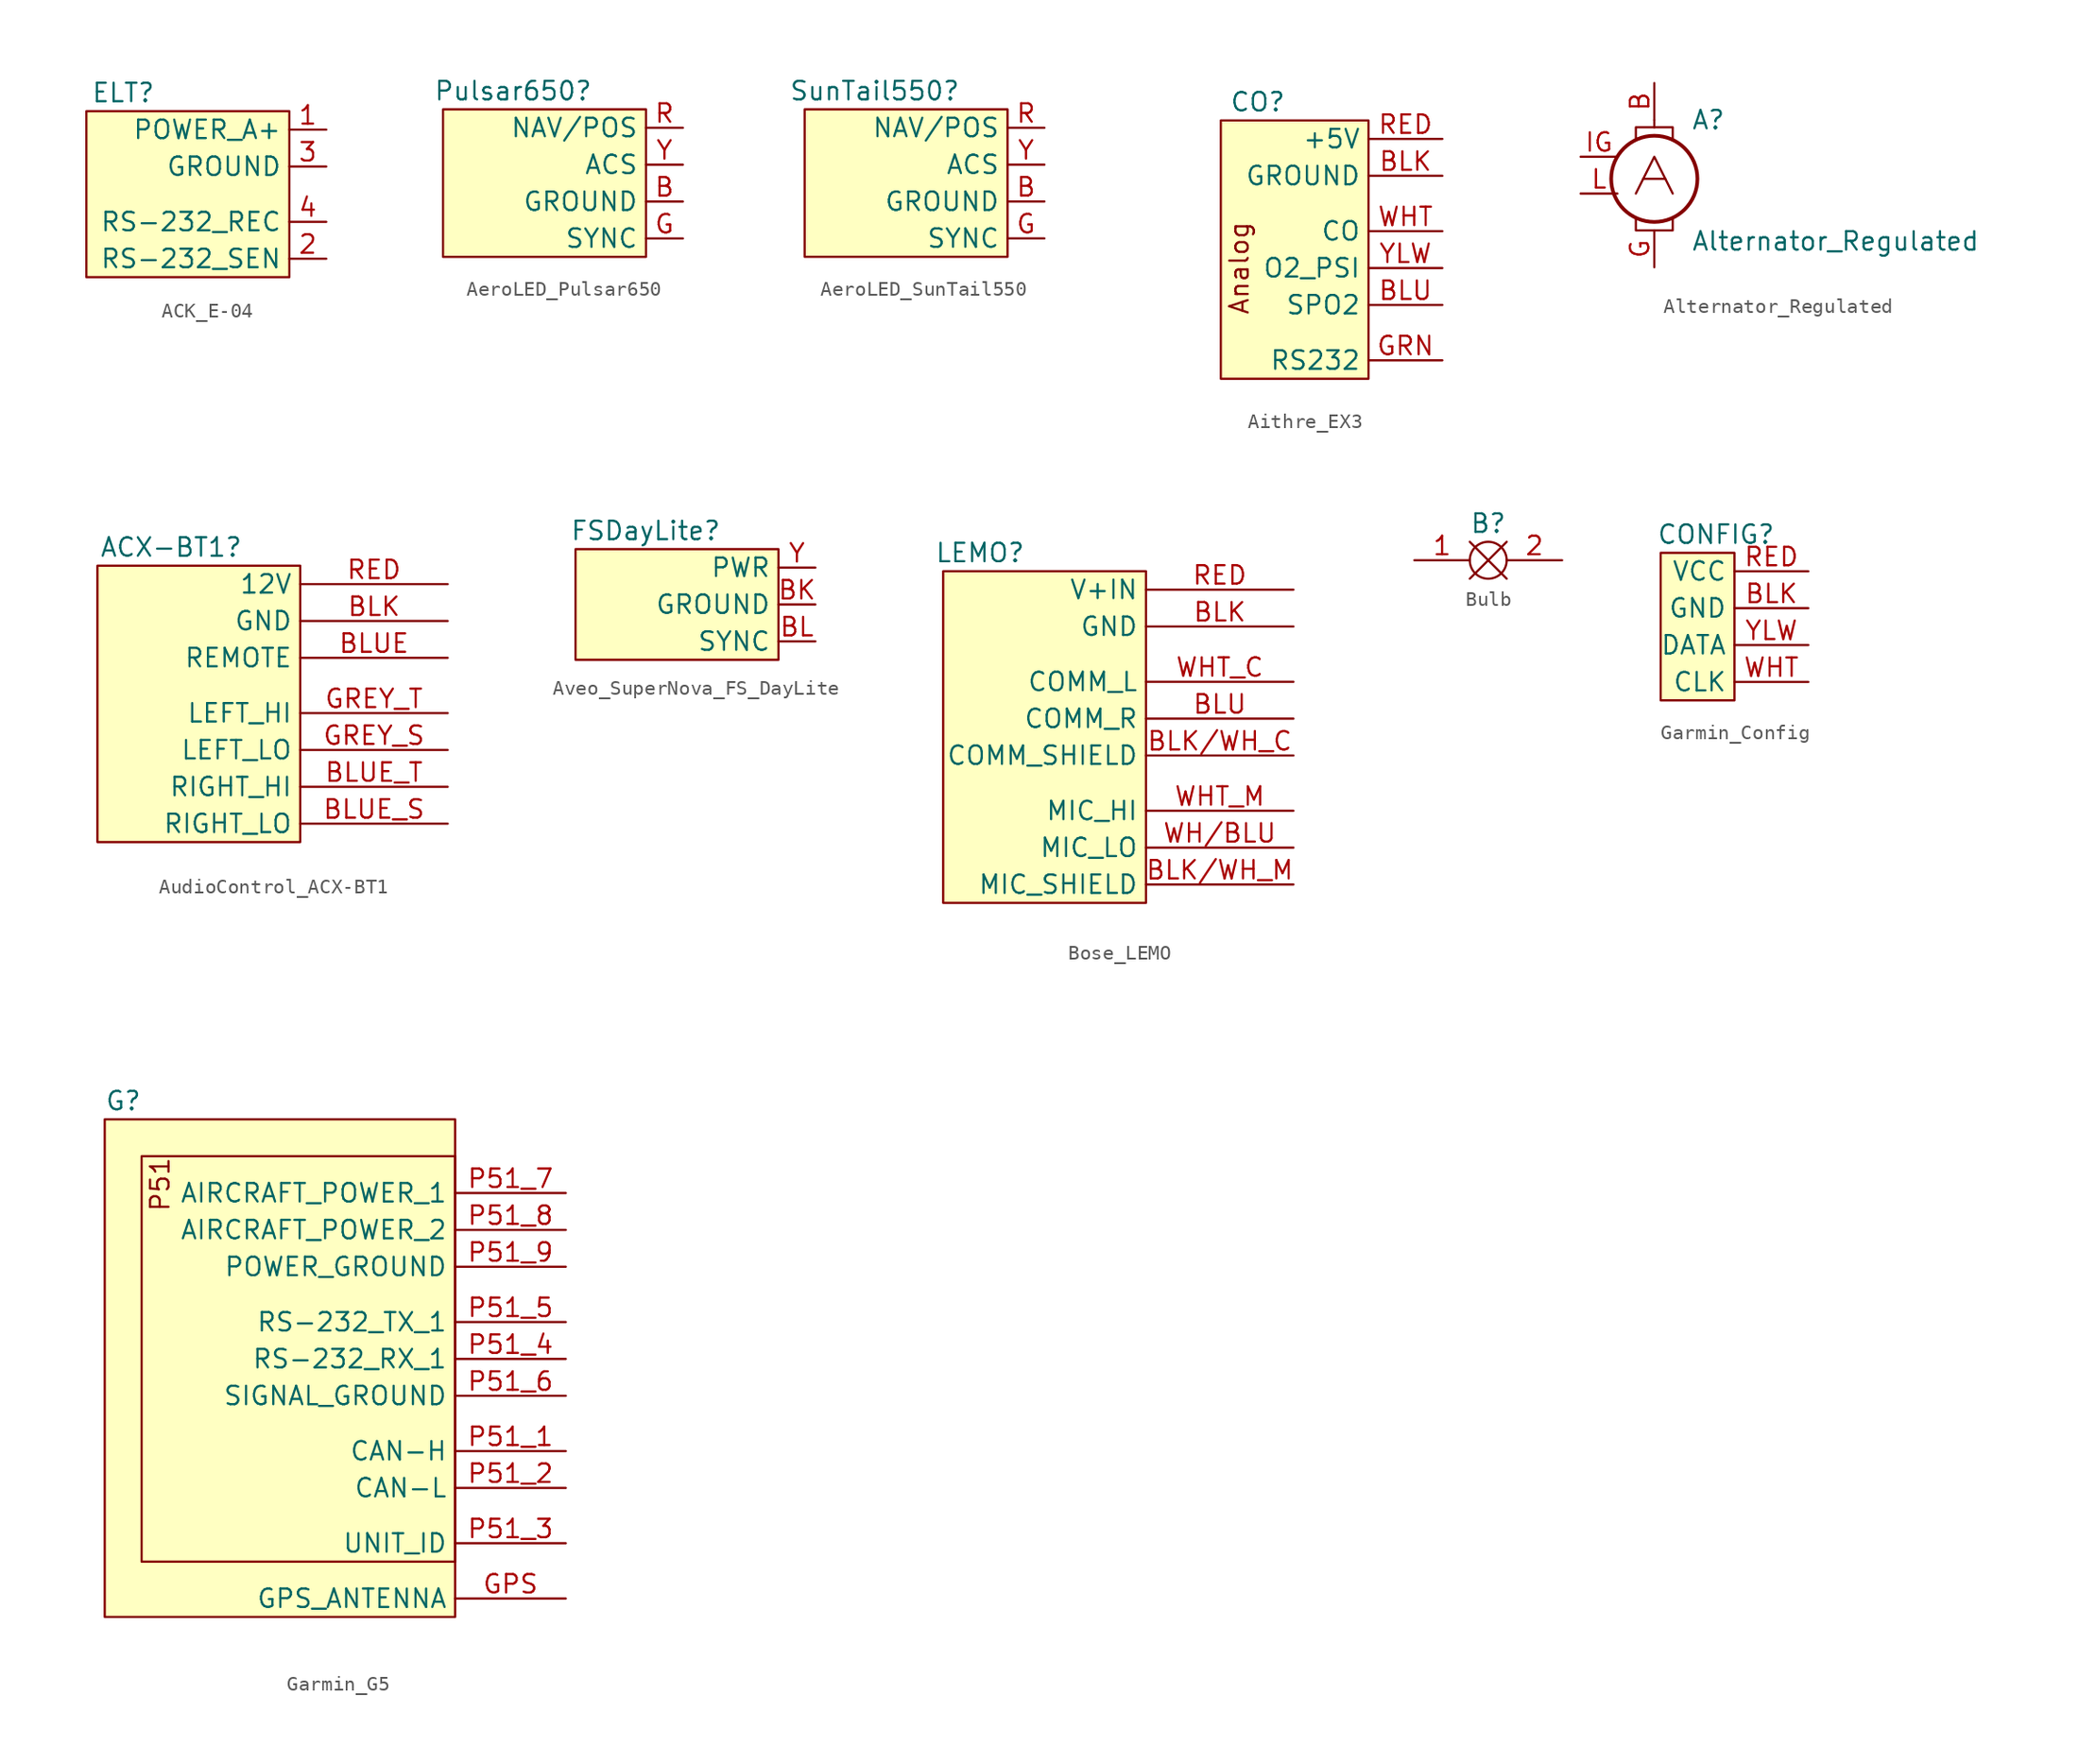
<source format=kicad_sym>
(kicad_symbol_lib
  (version 20241209)
  (generator "kicad_symbol_editor")
  (generator_version "9.0")
  (symbol "ACK_E-04"
    (property "Reference" "ELT"
      (at 2.54 1.27 0)
      (effects (font (size 1.27 1.27))))
    (property "Value" ""
      (at 0 1.27 0)
      (effects (font (size 1.27 1.27))))
    (symbol "ACK_E-04_1_1"
      (rectangle (start 0 0) (end 13.97 -11.43) (stroke (width 0) (type default)) (fill (type background)))
      (pin power_in line (at 16.51 -1.27 180) (length 2.54) (name "POWER_A+" (effects (font (size 1.27 1.27)))) (number "1" (effects (font (size 1.27 1.27)))))
      (pin passive line (at 16.51 -3.81 180) (length 2.54) (name "GROUND" (effects (font (size 1.27 1.27)))) (number "3" (effects (font (size 1.27 1.27)))))
      (pin input line (at 16.51 -7.62 180) (length 2.54) (name "RS-232_REC" (effects (font (size 1.27 1.27)))) (number "4" (effects (font (size 1.27 1.27)))))
      (pin output line (at 16.51 -10.16 180) (length 2.54) (name "RS-232_SEN" (effects (font (size 1.27 1.27)))) (number "2" (effects (font (size 1.27 1.27)))))))
  (symbol "AeroLED_Pulsar650"
    (property "Reference" "Pulsar650"
      (at 4.826 1.27 0)
      (effects (font (size 1.27 1.27))))
    (property "Value" ""
      (at 0 1.27 0)
      (effects (font (size 1.27 1.27))))
    (symbol "AeroLED_Pulsar650_1_1"
      (rectangle (start 0 0) (end 13.97 -10.16) (stroke (width 0) (type default)) (fill (type background)))
      (pin power_in line (at 16.51 -1.27 180) (length 2.54) (name "NAV/POS" (effects (font (size 1.27 1.27)))) (number "R" (effects (font (size 1.27 1.27)))))
      (pin power_in line (at 16.51 -3.81 180) (length 2.54) (name "ACS" (effects (font (size 1.27 1.27)))) (number "Y" (effects (font (size 1.27 1.27)))))
      (pin passive line (at 16.51 -6.35 180) (length 2.54) (name "GROUND" (effects (font (size 1.27 1.27)))) (number "B" (effects (font (size 1.27 1.27)))))
      (pin bidirectional line (at 16.51 -8.89 180) (length 2.54) (name "SYNC" (effects (font (size 1.27 1.27)))) (number "G" (effects (font (size 1.27 1.27)))))))
  (symbol "AeroLED_SunTail550"
    (property "Reference" "SunTail550"
      (at 4.826 1.27 0)
      (effects (font (size 1.27 1.27))))
    (property "Value" ""
      (at 0 1.27 0)
      (effects (font (size 1.27 1.27))))
    (symbol "AeroLED_SunTail550_1_1"
      (rectangle (start 0 0) (end 13.97 -10.16) (stroke (width 0) (type default)) (fill (type background)))
      (pin power_in line (at 16.51 -1.27 180) (length 2.54) (name "NAV/POS" (effects (font (size 1.27 1.27)))) (number "R" (effects (font (size 1.27 1.27)))))
      (pin power_in line (at 16.51 -3.81 180) (length 2.54) (name "ACS" (effects (font (size 1.27 1.27)))) (number "Y" (effects (font (size 1.27 1.27)))))
      (pin passive line (at 16.51 -6.35 180) (length 2.54) (name "GROUND" (effects (font (size 1.27 1.27)))) (number "B" (effects (font (size 1.27 1.27)))))
      (pin bidirectional line (at 16.51 -8.89 180) (length 2.54) (name "SYNC" (effects (font (size 1.27 1.27)))) (number "G" (effects (font (size 1.27 1.27)))))))
  (symbol "Aithre_EX3"
    (property "Reference" "CO"
      (at 2.54 1.27 0)
      (effects (font (size 1.27 1.27))))
    (property "Value" ""
      (at -3.81 0 0)
      (effects (font (size 1.27 1.27))))
    (symbol "Aithre_EX3_1_1"
      (rectangle (start 0 0) (end 10.16 -17.78) (stroke (width 0) (type default)) (fill (type background)))
      (text "Analog" (at 1.27 -10.16 900) (effects (font (size 1.27 1.27))))
      (pin power_in line (at 15.24 -1.27 180) (length 5.08) (name "+5V" (effects (font (size 1.27 1.27)))) (number "RED" (effects (font (size 1.27 1.27)))))
      (pin passive line (at 15.24 -3.81 180) (length 5.08) (name "GROUND" (effects (font (size 1.27 1.27)))) (number "BLK" (effects (font (size 1.27 1.27)))))
      (pin output line (at 15.24 -7.62 180) (length 5.08) (name "CO" (effects (font (size 1.27 1.27)))) (number "WHT" (effects (font (size 1.27 1.27)))))
      (pin output line (at 15.24 -10.16 180) (length 5.08) (name "O2_PSI" (effects (font (size 1.27 1.27)))) (number "YLW" (effects (font (size 1.27 1.27)))))
      (pin output line (at 15.24 -12.7 180) (length 5.08) (name "SPO2" (effects (font (size 1.27 1.27)))) (number "BLU" (effects (font (size 1.27 1.27)))))
      (pin output line (at 15.24 -16.51 180) (length 5.08) (name "RS232" (effects (font (size 1.27 1.27)))) (number "GRN" (effects (font (size 1.27 1.27)))))))
  (symbol "Alternator_Regulated"
    (pin_names
      (offset 0))
    (property "Reference" "A"
      (at 2.54 2.54 0)
      (effects (font (size 1.27 1.27)) (justify left)))
    (property "Value" "Alternator_Regulated"
      (at 2.54 -5.08 0)
      (effects (font (size 1.27 1.27)) (justify left top)))
    (symbol "Alternator_Regulated_0_0"
      (polyline (pts (xy -1.27 1.27) (xy -1.27 2.032) (xy 1.27 2.032) (xy 1.27 1.27)) (stroke (width 0) (type default)) (fill (type none)))
      (polyline (pts (xy -1.27 -4.318) (xy -1.27 -5.08) (xy 1.27 -5.08) (xy 1.27 -4.318)) (stroke (width 0) (type default)) (fill (type none)))
      (circle (center 0 -1.524) (radius 2.972) (stroke (width 0.254) (type default)) (fill (type none))))
    (symbol "Alternator_Regulated_0_1"
      (polyline (pts (xy -1.27 -2.54) (xy 0 0) (xy 1.27 -2.54)) (stroke (width 0) (type default)) (fill (type none)))
      (polyline (pts (xy -0.762 -1.524) (xy 0.762 -1.524)) (stroke (width 0) (type default)) (fill (type none)))
      (polyline (pts (xy 0 2.032) (xy 0 2.54)) (stroke (width 0) (type default)) (fill (type none))))
    (symbol "Alternator_Regulated_1_1"
      (pin power_in line (at -5.08 0 0) (length 2.54) (name "" (effects (font (size 1.27 1.27)))) (number "IG" (effects (font (size 1.27 1.27)))))
      (pin power_out line (at -5.08 -2.54 0) (length 2.54) (name "" (effects (font (size 1.27 1.27)))) (number "L" (effects (font (size 1.27 1.27)))))
      (pin power_out line (at 0 5.08 270) (length 2.54) (name "" (effects (font (size 1.27 1.27)))) (number "B" (effects (font (size 1.27 1.27)))))
      (pin passive line (at 0 -7.62 90) (length 2.54) (name "" (effects (font (size 1.27 1.27)))) (number "G" (effects (font (size 1.27 1.27)))))))
  (symbol "AudioControl_ACX-BT1"
    (property "Reference" "ACX-BT1"
      (at 5.08 1.27 0)
      (effects (font (size 1.27 1.27))))
    (property "Value" ""
      (at 0 1.27 0)
      (effects (font (size 1.27 1.27))))
    (symbol "AudioControl_ACX-BT1_1_1"
      (rectangle (start 0 0) (end 13.97 -19.05) (stroke (width 0) (type default)) (fill (type background)))
      (pin power_in line (at 24.13 -1.27 180) (length 10.16) (name "12V" (effects (font (size 1.27 1.27)))) (number "RED" (effects (font (size 1.27 1.27)))))
      (pin passive line (at 24.13 -3.81 180) (length 10.16) (name "GND" (effects (font (size 1.27 1.27)))) (number "BLK" (effects (font (size 1.27 1.27)))))
      (pin output line (at 24.13 -6.35 180) (length 10.16) (name "REMOTE" (effects (font (size 1.27 1.27)))) (number "BLUE" (effects (font (size 1.27 1.27)))))
      (pin output line (at 24.13 -10.16 180) (length 10.16) (name "LEFT_HI" (effects (font (size 1.27 1.27)))) (number "GREY_T" (effects (font (size 1.27 1.27)))))
      (pin passive line (at 24.13 -12.7 180) (length 10.16) (name "LEFT_LO" (effects (font (size 1.27 1.27)))) (number "GREY_S" (effects (font (size 1.27 1.27)))))
      (pin output line (at 24.13 -15.24 180) (length 10.16) (name "RIGHT_HI" (effects (font (size 1.27 1.27)))) (number "BLUE_T" (effects (font (size 1.27 1.27)))))
      (pin passive line (at 24.13 -17.78 180) (length 10.16) (name "RIGHT_LO" (effects (font (size 1.27 1.27)))) (number "BLUE_S" (effects (font (size 1.27 1.27)))))))
  (symbol "Aveo_SuperNova_FS_DayLite"
    (property "Reference" "FSDayLite"
      (at 4.826 1.27 0)
      (effects (font (size 1.27 1.27))))
    (property "Value" ""
      (at 0 1.27 0)
      (effects (font (size 1.27 1.27))))
    (symbol "Aveo_SuperNova_FS_DayLite_1_1"
      (rectangle (start 0 0) (end 13.97 -7.62) (stroke (width 0) (type default)) (fill (type background)))
      (pin power_in line (at 16.51 -1.27 180) (length 2.54) (name "PWR" (effects (font (size 1.27 1.27)))) (number "Y" (effects (font (size 1.27 1.27)))))
      (pin passive line (at 16.51 -3.81 180) (length 2.54) (name "GROUND" (effects (font (size 1.27 1.27)))) (number "BK" (effects (font (size 1.27 1.27)))))
      (pin bidirectional line (at 16.51 -6.35 180) (length 2.54) (name "SYNC" (effects (font (size 1.27 1.27)))) (number "BL" (effects (font (size 1.27 1.27)))))))
  (symbol "Bose_LEMO"
    (property "Reference" "LEMO"
      (at 2.54 1.27 0)
      (effects (font (size 1.27 1.27))))
    (property "Value" ""
      (at 0 1.27 0)
      (effects (font (size 1.27 1.27))))
    (symbol "Bose_LEMO_1_1"
      (rectangle (start 0 0) (end 13.97 -22.86) (stroke (width 0) (type default)) (fill (type background)))
      (pin power_in line (at 24.13 -1.27 180) (length 10.16) (name "V+IN" (effects (font (size 1.27 1.27)))) (number "RED" (effects (font (size 1.27 1.27)))))
      (pin passive line (at 24.13 -3.81 180) (length 10.16) (name "GND" (effects (font (size 1.27 1.27)))) (number "BLK" (effects (font (size 1.27 1.27)))))
      (pin input line (at 24.13 -7.62 180) (length 10.16) (name "COMM_L" (effects (font (size 1.27 1.27)))) (number "WHT_C" (effects (font (size 1.27 1.27)))))
      (pin input line (at 24.13 -10.16 180) (length 10.16) (name "COMM_R" (effects (font (size 1.27 1.27)))) (number "BLU" (effects (font (size 1.27 1.27)))))
      (pin passive line (at 24.13 -12.7 180) (length 10.16) (name "COMM_SHIELD" (effects (font (size 1.27 1.27)))) (number "BLK/WH_C" (effects (font (size 1.27 1.27)))))
      (pin output line (at 24.13 -16.51 180) (length 10.16) (name "MIC_HI" (effects (font (size 1.27 1.27)))) (number "WHT_M" (effects (font (size 1.27 1.27)))))
      (pin passive line (at 24.13 -19.05 180) (length 10.16) (name "MIC_LO" (effects (font (size 1.27 1.27)))) (number "WH/BLU" (effects (font (size 1.27 1.27)))))
      (pin passive line (at 24.13 -21.59 180) (length 10.16) (name "MIC_SHIELD" (effects (font (size 1.27 1.27)))) (number "BLK/WH_M" (effects (font (size 1.27 1.27)))))))
  (symbol "Bulb"
    (property "Reference" "B"
      (at 1.27 1.27 0)
      (effects (font (size 1.27 1.27))))
    (property "Value" ""
      (at 1.27 1.27 0)
      (effects (font (size 1.27 1.27))))
    (symbol "Bulb_0_1"
      (polyline (pts (xy 0 0) (xy 2.54 -2.54)) (stroke (width 0) (type default)) (fill (type none)))
      (polyline (pts (xy 0 -2.54) (xy 2.54 0)) (stroke (width 0) (type default)) (fill (type none)))
      (circle (center 1.27 -1.27) (radius 1.27) (stroke (width 0) (type default)) (fill (type none))))
    (symbol "Bulb_1_1"
      (pin passive line (at -3.81 -1.27 0) (length 3.81) (name "" (effects (font (size 1.27 1.27)))) (number "1" (effects (font (size 1.27 1.27)))))
      (pin passive line (at 6.35 -1.27 180) (length 3.81) (name "" (effects (font (size 1.27 1.27)))) (number "2" (effects (font (size 1.27 1.27)))))))
  (symbol "Garmin_Config"
    (property "Reference" "CONFIG"
      (at 3.81 1.27 0)
      (effects (font (size 1.27 1.27))))
    (property "Value" ""
      (at 0 0 0)
      (effects (font (size 1.27 1.27))))
    (symbol "Garmin_Config_1_1"
      (rectangle (start 0 0) (end 5.08 -10.16) (stroke (width 0) (type default)) (fill (type background)))
      (pin power_in line (at 10.16 -1.27 180) (length 5.08) (name "VCC" (effects (font (size 1.27 1.27)))) (number "RED" (effects (font (size 1.27 1.27)))))
      (pin passive line (at 10.16 -3.81 180) (length 5.08) (name "GND" (effects (font (size 1.27 1.27)))) (number "BLK" (effects (font (size 1.27 1.27)))))
      (pin bidirectional line (at 10.16 -6.35 180) (length 5.08) (name "DATA" (effects (font (size 1.27 1.27)))) (number "YLW" (effects (font (size 1.27 1.27)))))
      (pin input line (at 10.16 -8.89 180) (length 5.08) (name "CLK" (effects (font (size 1.27 1.27)))) (number "WHT" (effects (font (size 1.27 1.27)))))))
  (symbol "Garmin_G5"
    (property "Reference" "G"
      (at 0 1.27 0)
      (effects (font (size 1.27 1.27)) (justify left)))
    (property "Value" ""
      (at 24.13 -2.54 0)
      (effects (font (size 1.27 1.27))))
    (symbol "Garmin_G5_1_1"
      (rectangle (start 0 0) (end 24.13 -34.29) (stroke (width 0) (type default)) (fill (type background)))
      (rectangle (start 2.54 -2.54) (end 24.13 -30.48) (stroke (width 0) (type default)) (fill (type background)))
      (text "P51" (at 3.81 -2.54 900) (effects (font (size 1.27 1.27)) (justify right)))
      (pin power_in line (at 31.75 -5.08 180) (length 7.62) (name "AIRCRAFT_POWER_1" (effects (font (size 1.27 1.27)))) (number "P51_7" (effects (font (size 1.27 1.27)))))
      (pin power_in line (at 31.75 -7.62 180) (length 7.62) (name "AIRCRAFT_POWER_2" (effects (font (size 1.27 1.27)))) (number "P51_8" (effects (font (size 1.27 1.27)))))
      (pin passive line (at 31.75 -10.16 180) (length 7.62) (name "POWER_GROUND" (effects (font (size 1.27 1.27)))) (number "P51_9" (effects (font (size 1.27 1.27)))))
      (pin output line (at 31.75 -13.97 180) (length 7.62) (name "RS-232_TX_1" (effects (font (size 1.27 1.27)))) (number "P51_5" (effects (font (size 1.27 1.27)))))
      (pin input line (at 31.75 -16.51 180) (length 7.62) (name "RS-232_RX_1" (effects (font (size 1.27 1.27)))) (number "P51_4" (effects (font (size 1.27 1.27)))))
      (pin passive line (at 31.75 -19.05 180) (length 7.62) (name "SIGNAL_GROUND" (effects (font (size 1.27 1.27)))) (number "P51_6" (effects (font (size 1.27 1.27)))))
      (pin bidirectional line (at 31.75 -22.86 180) (length 7.62) (name "CAN-H" (effects (font (size 1.27 1.27)))) (number "P51_1" (effects (font (size 1.27 1.27)))))
      (pin bidirectional line (at 31.75 -25.4 180) (length 7.62) (name "CAN-L" (effects (font (size 1.27 1.27)))) (number "P51_2" (effects (font (size 1.27 1.27)))))
      (pin bidirectional line (at 31.75 -29.21 180) (length 7.62) (name "UNIT_ID" (effects (font (size 1.27 1.27)))) (number "P51_3" (effects (font (size 1.27 1.27)))))
      (pin input line (at 31.75 -33.02 180) (length 7.62) (name "GPS_ANTENNA" (effects (font (size 1.27 1.27)))) (number "GPS" (effects (font (size 1.27 1.27))))))))
</source>
